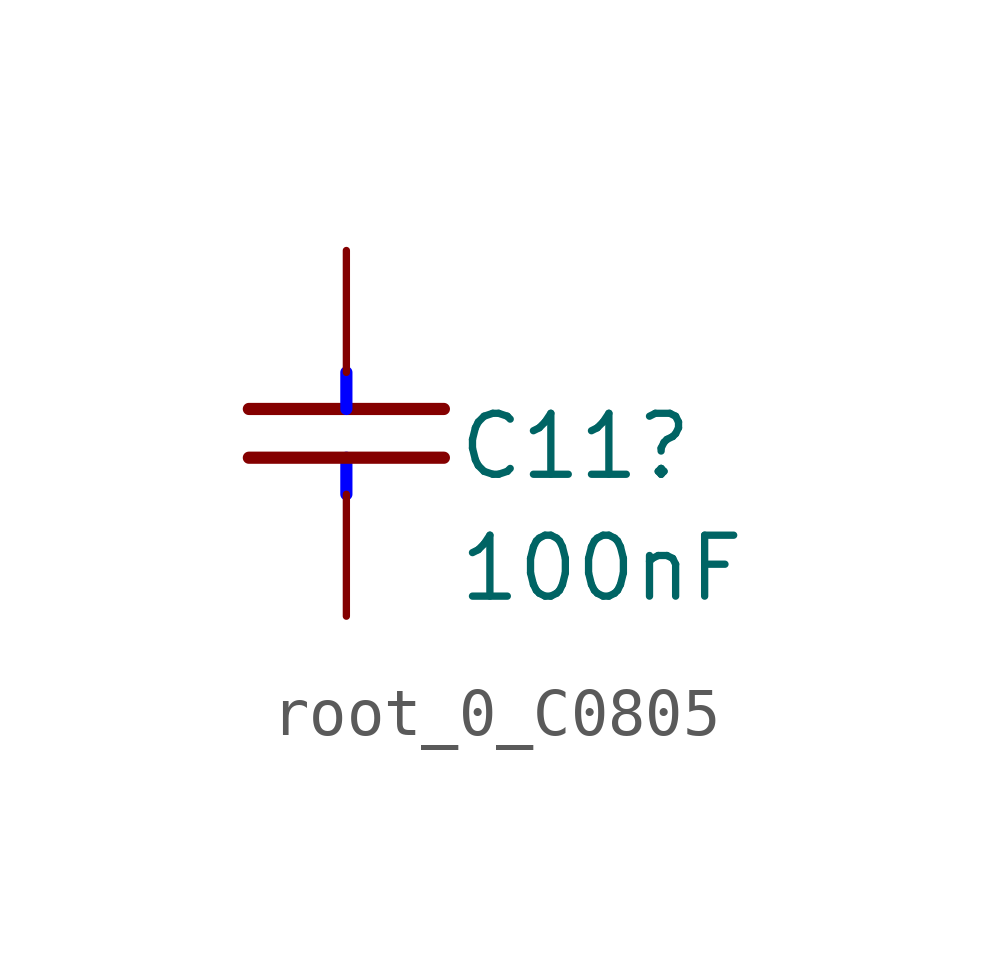
<source format=kicad_sym>
(kicad_symbol_lib
  (version 20220914)
  (generator kicad_symbol_editor)
  (symbol "root_0_C0805"
    (property "Reference" "C11"
      (at 2.286 -2.286 0)
      (effects (font (size 1.27 1.27)) (justify left bottom)))
    (property "Value" "100nF"
      (at 2.286 -4.826 0)
      (effects (font (size 1.27 1.27)) (justify left bottom)))
    (symbol "root_0_C0805_1_0"
      (polyline (pts (xy -2.032 -0.762) (xy 2.032 -0.762)) (stroke (width 0.254) (type solid)) (fill (type none)))
      (polyline (pts (xy 0 -2.54) (xy 0 -1.778)) (stroke (width 0.254) (type solid) (color 0 0 255 1)) (fill (type none)))
      (polyline (pts (xy 0 0) (xy 0 -0.762)) (stroke (width 0.254) (type solid) (color 0 0 255 1)) (fill (type none)))
      (polyline (pts (xy 2.032 -1.778) (xy -2.032 -1.778)) (stroke (width 0.254) (type solid)) (fill (type none)))
      (pin passive line (at 0 2.54 270) (length 2.54) (name "1" (effects (font (size 0 0)))) (number "1" (effects (font (size 0 0)))))
      (pin passive line (at 0 -5.08 90) (length 2.54) (name "2" (effects (font (size 0 0)))) (number "2" (effects (font (size 0 0))))))))
</source>
